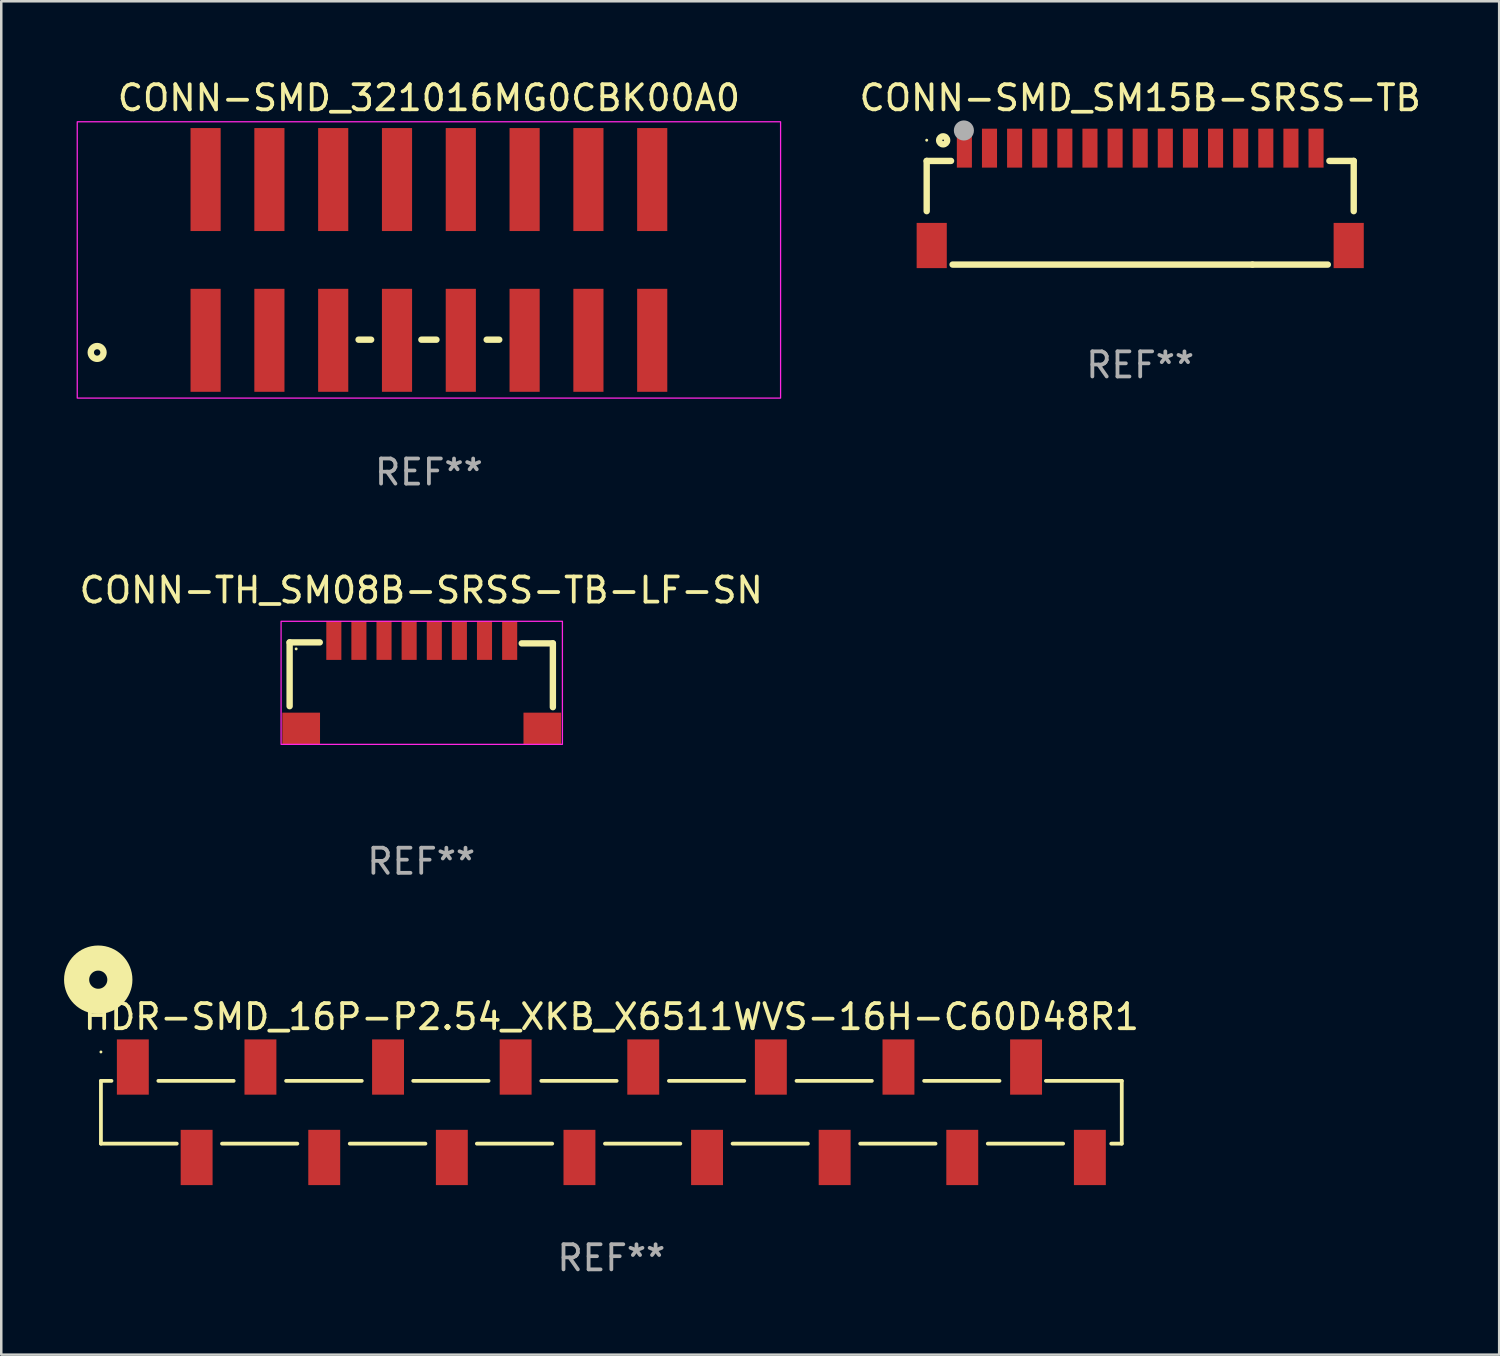
<source format=kicad_pcb>
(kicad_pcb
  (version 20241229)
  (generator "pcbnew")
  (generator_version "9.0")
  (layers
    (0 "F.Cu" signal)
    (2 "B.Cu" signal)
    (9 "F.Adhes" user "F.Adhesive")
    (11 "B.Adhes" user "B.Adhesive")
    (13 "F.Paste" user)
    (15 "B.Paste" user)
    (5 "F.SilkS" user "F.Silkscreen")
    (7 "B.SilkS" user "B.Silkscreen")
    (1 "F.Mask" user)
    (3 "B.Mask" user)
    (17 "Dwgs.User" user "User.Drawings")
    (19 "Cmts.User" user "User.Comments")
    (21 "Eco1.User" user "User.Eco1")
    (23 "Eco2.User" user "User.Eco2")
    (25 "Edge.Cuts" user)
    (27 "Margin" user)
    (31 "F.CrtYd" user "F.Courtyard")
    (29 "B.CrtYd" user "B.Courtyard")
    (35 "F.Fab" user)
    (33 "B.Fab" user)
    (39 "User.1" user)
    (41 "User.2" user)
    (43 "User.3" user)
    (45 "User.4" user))
  (footprint "HDR-SMD_16P-P2.54_XKB_X6511WVS-16H-C60D48R1"
    (layer "F.Cu")
    (at 21.288 41.229)
    (property "Reference" "HDR-SMD_16P-P2.54_XKB_X6511WVS-16H-C60D48R1" (at 0 -3.8 0) (layer "F.SilkS") (effects (font (size 1 1) (thickness 0.15))))
    (attr smd)
    (fp_line (start -20.32 -1.25) (end -19.9 -1.25) (stroke (width 0.15) (type solid)) (layer "F.SilkS"))
    (fp_line (start -20.32 1.25) (end -20.32 -1.25) (stroke (width 0.15) (type solid)) (layer "F.SilkS"))
    (fp_line (start -20.32 1.25) (end -17.3 1.25) (stroke (width 0.15) (type solid)) (layer "F.SilkS"))
    (fp_line (start -18.034 -1.25) (end -15.034 -1.25) (stroke (width 0.15) (type solid)) (layer "F.SilkS"))
    (fp_line (start -15.5 1.25) (end -12.5 1.25) (stroke (width 0.15) (type solid)) (layer "F.SilkS"))
    (fp_line (start -12.948 -1.25) (end -9.935 -1.25) (stroke (width 0.15) (type solid)) (layer "F.SilkS"))
    (fp_line (start -10.414 1.25) (end -7.401 1.25) (stroke (width 0.15) (type solid)) (layer "F.SilkS"))
    (fp_line (start -7.888 -1.25) (end -4.888 -1.25) (stroke (width 0.15) (type solid)) (layer "F.SilkS"))
    (fp_line (start -5.354 1.25) (end -2.354 1.25) (stroke (width 0.15) (type solid)) (layer "F.SilkS"))
    (fp_line (start -2.788 -1.25) (end 0.212 -1.25) (stroke (width 0.15) (type solid)) (layer "F.SilkS"))
    (fp_line (start -0.254 1.25) (end 2.746 1.25) (stroke (width 0.15) (type solid)) (layer "F.SilkS"))
    (fp_line (start 2.292 -1.25) (end 5.292 -1.25) (stroke (width 0.15) (type solid)) (layer "F.SilkS"))
    (fp_line (start 4.826 1.25) (end 7.826 1.25) (stroke (width 0.15) (type solid)) (layer "F.SilkS"))
    (fp_line (start 7.372 -1.25) (end 10.372 -1.25) (stroke (width 0.15) (type solid)) (layer "F.SilkS"))
    (fp_line (start 9.906 1.25) (end 12.906 1.25) (stroke (width 0.15) (type solid)) (layer "F.SilkS"))
    (fp_line (start 12.452 -1.25) (end 15.452 -1.25) (stroke (width 0.15) (type solid)) (layer "F.SilkS"))
    (fp_line (start 14.986 1.25) (end 17.986 1.25) (stroke (width 0.15) (type solid)) (layer "F.SilkS"))
    (fp_line (start 20.32 -1.25) (end 17.3 -1.25) (stroke (width 0.15) (type solid)) (layer "F.SilkS"))
    (fp_line (start 20.32 -1.25) (end 20.32 1.25) (stroke (width 0.15) (type solid)) (layer "F.SilkS"))
    (fp_line (start 20.32 1.25) (end 19.9 1.25) (stroke (width 0.15) (type solid)) (layer "F.SilkS"))
    (fp_circle (center -20.427 -5.277) (end -20.066 -5.277) (stroke (width 1) (type solid)) (fill no) (layer "F.SilkS"))
    (fp_circle (center -20.32 -2.4) (end -20.29 -2.4) (stroke (width 0.06) (type solid)) (fill no) (layer "F.SilkS"))
    (fp_text user "REF**" (at 0 5.8 0) (layer "F.Fab") (effects (font (size 1 1) (thickness 0.15))))
    (pad "1" smd rect (at -19.05 -1.8) (size 1.27 2.2) (layers "F.Cu" "F.Mask" "F.Paste"))
    (pad "2" smd rect (at -16.51 1.8) (size 1.27 2.2) (layers "F.Cu" "F.Mask" "F.Paste"))
    (pad "3" smd rect (at -13.97 -1.8) (size 1.27 2.2) (layers "F.Cu" "F.Mask" "F.Paste"))
    (pad "4" smd rect (at -11.43 1.8) (size 1.27 2.2) (layers "F.Cu" "F.Mask" "F.Paste"))
    (pad "5" smd rect (at -8.89 -1.8) (size 1.27 2.2) (layers "F.Cu" "F.Mask" "F.Paste"))
    (pad "6" smd rect (at -6.35 1.8) (size 1.27 2.2) (layers "F.Cu" "F.Mask" "F.Paste"))
    (pad "7" smd rect (at -3.81 -1.8) (size 1.27 2.2) (layers "F.Cu" "F.Mask" "F.Paste"))
    (pad "8" smd rect (at -1.27 1.8) (size 1.27 2.2) (layers "F.Cu" "F.Mask" "F.Paste"))
    (pad "9" smd rect (at 1.27 -1.8) (size 1.27 2.2) (layers "F.Cu" "F.Mask" "F.Paste"))
    (pad "10" smd rect (at 3.81 1.8) (size 1.27 2.2) (layers "F.Cu" "F.Mask" "F.Paste"))
    (pad "11" smd rect (at 6.35 -1.8) (size 1.27 2.2) (layers "F.Cu" "F.Mask" "F.Paste"))
    (pad "12" smd rect (at 8.89 1.8) (size 1.27 2.2) (layers "F.Cu" "F.Mask" "F.Paste"))
    (pad "13" smd rect (at 11.43 -1.8) (size 1.27 2.2) (layers "F.Cu" "F.Mask" "F.Paste"))
    (pad "14" smd rect (at 13.97 1.8) (size 1.27 2.2) (layers "F.Cu" "F.Mask" "F.Paste"))
    (pad "15" smd rect (at 16.51 -1.8) (size 1.27 2.2) (layers "F.Cu" "F.Mask" "F.Paste"))
    (pad "16" smd rect (at 19.05 1.8) (size 1.27 2.2) (layers "F.Cu" "F.Mask" "F.Paste")))
  (footprint "CONN-SMD_SM15B-SRSS-TB"
    (layer "F.Cu")
    (at 42.342 4.786)
    (property "Reference" "CONN-SMD_SM15B-SRSS-TB" (at -0.000064 -3.938 0) (layer "F.SilkS") (effects (font (size 1 1) (thickness 0.15))))
    (attr smd)
    (fp_line (start -8.5 -1.43) (end -8.5 0.57) (stroke (width 0.254) (type solid)) (layer "F.SilkS"))
    (fp_line (start -8.5 -1.43) (end -7.531 -1.43) (stroke (width 0.254) (type solid)) (layer "F.SilkS"))
    (fp_line (start -7.469 2.697) (end 4.469 2.697) (stroke (width 0.254) (type solid)) (layer "F.SilkS"))
    (fp_line (start 4.469 2.697) (end 7.469 2.697) (stroke (width 0.254) (type solid)) (layer "F.SilkS"))
    (fp_line (start 7.531 -1.43) (end 8.5 -1.43) (stroke (width 0.254) (type solid)) (layer "F.SilkS"))
    (fp_line (start 8.5 -1.43) (end 8.5 0.57) (stroke (width 0.254) (type solid)) (layer "F.SilkS"))
    (fp_circle (center -8.5 -2.255) (end -8.47 -2.255) (stroke (width 0.06) (type solid)) (fill no) (layer "F.SilkS"))
    (fp_circle (center -7.845 -2.249) (end -7.686 -2.249) (stroke (width 0.254) (type solid)) (fill no) (layer "F.SilkS"))
    (fp_circle (center -7.019 -2.642) (end -6.819 -2.642) (stroke (width 0.4) (type solid)) (fill no) (layer "F.Fab"))
    (fp_text user "REF**" (at -0.000064 6.697 0) (layer "F.Fab") (effects (font (size 1 1) (thickness 0.15))))
    (pad "1" smd rect (at -7 -1.938) (size 0.6 1.55) (layers "F.Cu" "F.Mask" "F.Paste"))
    (pad "2" smd rect (at -6 -1.938) (size 0.6 1.55) (layers "F.Cu" "F.Mask" "F.Paste"))
    (pad "3" smd rect (at -5 -1.938) (size 0.6 1.55) (layers "F.Cu" "F.Mask" "F.Paste"))
    (pad "4" smd rect (at -4 -1.938) (size 0.6 1.55) (layers "F.Cu" "F.Mask" "F.Paste"))
    (pad "5" smd rect (at -3 -1.938) (size 0.6 1.55) (layers "F.Cu" "F.Mask" "F.Paste"))
    (pad "6" smd rect (at -2 -1.938) (size 0.6 1.55) (layers "F.Cu" "F.Mask" "F.Paste"))
    (pad "7" smd rect (at -1 -1.938) (size 0.6 1.55) (layers "F.Cu" "F.Mask" "F.Paste"))
    (pad "8" smd rect (at 0 -1.938) (size 0.6 1.55) (layers "F.Cu" "F.Mask" "F.Paste"))
    (pad "9" smd rect (at 1 -1.938) (size 0.6 1.55) (layers "F.Cu" "F.Mask" "F.Paste"))
    (pad "10" smd rect (at 2 -1.938) (size 0.6 1.55) (layers "F.Cu" "F.Mask" "F.Paste"))
    (pad "11" smd rect (at 3 -1.938) (size 0.6 1.55) (layers "F.Cu" "F.Mask" "F.Paste"))
    (pad "12" smd rect (at 4 -1.938) (size 0.6 1.55) (layers "F.Cu" "F.Mask" "F.Paste"))
    (pad "13" smd rect (at 5 -1.938) (size 0.6 1.55) (layers "F.Cu" "F.Mask" "F.Paste"))
    (pad "14" smd rect (at 6 -1.938) (size 0.6 1.55) (layers "F.Cu" "F.Mask" "F.Paste"))
    (pad "15" smd rect (at 7 -1.938) (size 0.6 1.55) (layers "F.Cu" "F.Mask" "F.Paste"))
    (pad "16" smd rect (at 8.3 1.938) (size 1.2 1.8) (layers "F.Cu" "F.Mask" "F.Paste"))
    (pad "17" smd rect (at -8.3 1.938) (size 1.2 1.8) (layers "F.Cu" "F.Mask" "F.Paste")))
  (footprint "CONN-TH_SM08B-SRSS-TB-LF-SN"
    (layer "F.Cu")
    (at 13.74 24.383)
    (property "Reference" "CONN-TH_SM08B-SRSS-TB-LF-SN" (at -0.02 -3.938 0) (layer "F.SilkS") (effects (font (size 1 1) (thickness 0.15))))
    (attr smd)
    (fp_line (start -5.26 -1.86) (end -5.26 0.68) (stroke (width 0.254) (type solid)) (layer "F.SilkS"))
    (fp_line (start -4.06 -1.86) (end -5.26 -1.86) (stroke (width 0.254) (type solid)) (layer "F.SilkS"))
    (fp_line (start 3.98 -1.82) (end 5.22 -1.82) (stroke (width 0.254) (type solid)) (layer "F.SilkS"))
    (fp_line (start 5.22 -1.82) (end 5.22 0.72) (stroke (width 0.254) (type solid)) (layer "F.SilkS"))
    (fp_circle (center -5 -1.6) (end -4.97 -1.6) (stroke (width 0.06) (type solid)) (fill no) (layer "F.SilkS"))
    (fp_rect (start -5.6 -2.7) (end 5.6 2.2) (stroke (width 0.05) (type default)) (fill no) (layer "F.CrtYd"))
    (fp_text user "REF**" (at -0.02 6.86 0) (layer "F.Fab") (effects (font (size 1 1) (thickness 0.15))))
    (pad "1" smd rect (at -3.5 -1.937) (size 0.6 1.55) (layers "F.Cu" "F.Mask" "F.Paste"))
    (pad "2" smd rect (at -2.502 -1.938) (size 0.6 1.55) (layers "F.Cu" "F.Mask" "F.Paste"))
    (pad "3" smd rect (at -1.502 -1.938) (size 0.6 1.55) (layers "F.Cu" "F.Mask" "F.Paste"))
    (pad "4" smd rect (at -0.502 -1.938) (size 0.6 1.55) (layers "F.Cu" "F.Mask" "F.Paste"))
    (pad "5" smd rect (at 0.5 -1.937) (size 0.6 1.55) (layers "F.Cu" "F.Mask" "F.Paste"))
    (pad "6" smd rect (at 1.498 -1.938) (size 0.6 1.55) (layers "F.Cu" "F.Mask" "F.Paste"))
    (pad "7" smd rect (at 2.498 -1.938) (size 0.6 1.55) (layers "F.Cu" "F.Mask" "F.Paste"))
    (pad "8" smd rect (at 3.5 -1.937) (size 0.6 1.55) (layers "F.Cu" "F.Mask" "F.Paste"))
    (pad "9" smd rect (at 4.8 1.569) (size 1.5 1.262) (layers "F.Cu" "F.Mask" "F.Paste"))
    (pad "10" smd rect (at -4.8 1.569) (size 1.5 1.262) (layers "F.Cu" "F.Mask" "F.Paste")))
  (footprint "CONN-SMD_321016MG0CBK00A0"
    (layer "F.Cu")
    (at 14.025 7.298)
    (property "Reference" "CONN-SMD_321016MG0CBK00A0" (at 0 -6.45 0) (layer "F.SilkS") (effects (font (size 1 1) (thickness 0.15))))
    (attr smd)
    (fp_line (start -2.8 3.175) (end -2.3 3.175) (stroke (width 0.254) (type solid)) (layer "F.SilkS"))
    (fp_line (start -0.3 3.175) (end 0.3 3.175) (stroke (width 0.254) (type solid)) (layer "F.SilkS"))
    (fp_line (start 2.3 3.175) (end 2.8 3.175) (stroke (width 0.254) (type solid)) (layer "F.SilkS"))
    (fp_circle (center -13.208 3.683) (end -12.954 3.683) (stroke (width 0.254) (type solid)) (fill no) (layer "F.SilkS"))
    (fp_rect (start -14 -5.5) (end 14 5.5) (stroke (width 0.05) (type default)) (fill no) (layer "F.CrtYd"))
    (fp_text user "REF**" (at 0 8.45 0) (layer "F.Fab") (effects (font (size 1 1) (thickness 0.15))))
    (pad "1" smd rect (at -8.89 3.2) (size 1.2 4.1) (layers "F.Cu" "F.Mask" "F.Paste"))
    (pad "2" smd rect (at -8.89 -3.2) (size 1.2 4.1) (layers "F.Cu" "F.Mask" "F.Paste"))
    (pad "3" smd rect (at -6.35 3.2) (size 1.2 4.1) (layers "F.Cu" "F.Mask" "F.Paste"))
    (pad "4" smd rect (at -6.35 -3.2) (size 1.2 4.1) (layers "F.Cu" "F.Mask" "F.Paste"))
    (pad "5" smd rect (at -3.81 3.2) (size 1.2 4.1) (layers "F.Cu" "F.Mask" "F.Paste"))
    (pad "6" smd rect (at -3.81 -3.2) (size 1.2 4.1) (layers "F.Cu" "F.Mask" "F.Paste"))
    (pad "7" smd rect (at -1.27 3.2) (size 1.2 4.1) (layers "F.Cu" "F.Mask" "F.Paste"))
    (pad "8" smd rect (at -1.27 -3.2) (size 1.2 4.1) (layers "F.Cu" "F.Mask" "F.Paste"))
    (pad "9" smd rect (at 1.27 3.2) (size 1.2 4.1) (layers "F.Cu" "F.Mask" "F.Paste"))
    (pad "10" smd rect (at 1.27 -3.2) (size 1.2 4.1) (layers "F.Cu" "F.Mask" "F.Paste"))
    (pad "11" smd rect (at 3.81 3.2) (size 1.2 4.1) (layers "F.Cu" "F.Mask" "F.Paste"))
    (pad "12" smd rect (at 3.81 -3.2) (size 1.2 4.1) (layers "F.Cu" "F.Mask" "F.Paste"))
    (pad "13" smd rect (at 6.35 3.2) (size 1.2 4.1) (layers "F.Cu" "F.Mask" "F.Paste"))
    (pad "14" smd rect (at 6.35 -3.2) (size 1.2 4.1) (layers "F.Cu" "F.Mask" "F.Paste"))
    (pad "15" smd rect (at 8.89 3.2) (size 1.2 4.1) (layers "F.Cu" "F.Mask" "F.Paste"))
    (pad "16" smd rect (at 8.89 -3.2) (size 1.2 4.1) (layers "F.Cu" "F.Mask" "F.Paste")))
  (gr_rect
    (start -3 -3)
    (end 56.633 50.878)
    (stroke (width 0.1) (type default))
    (fill no)
    (layer "Edge.Cuts")))
</source>
